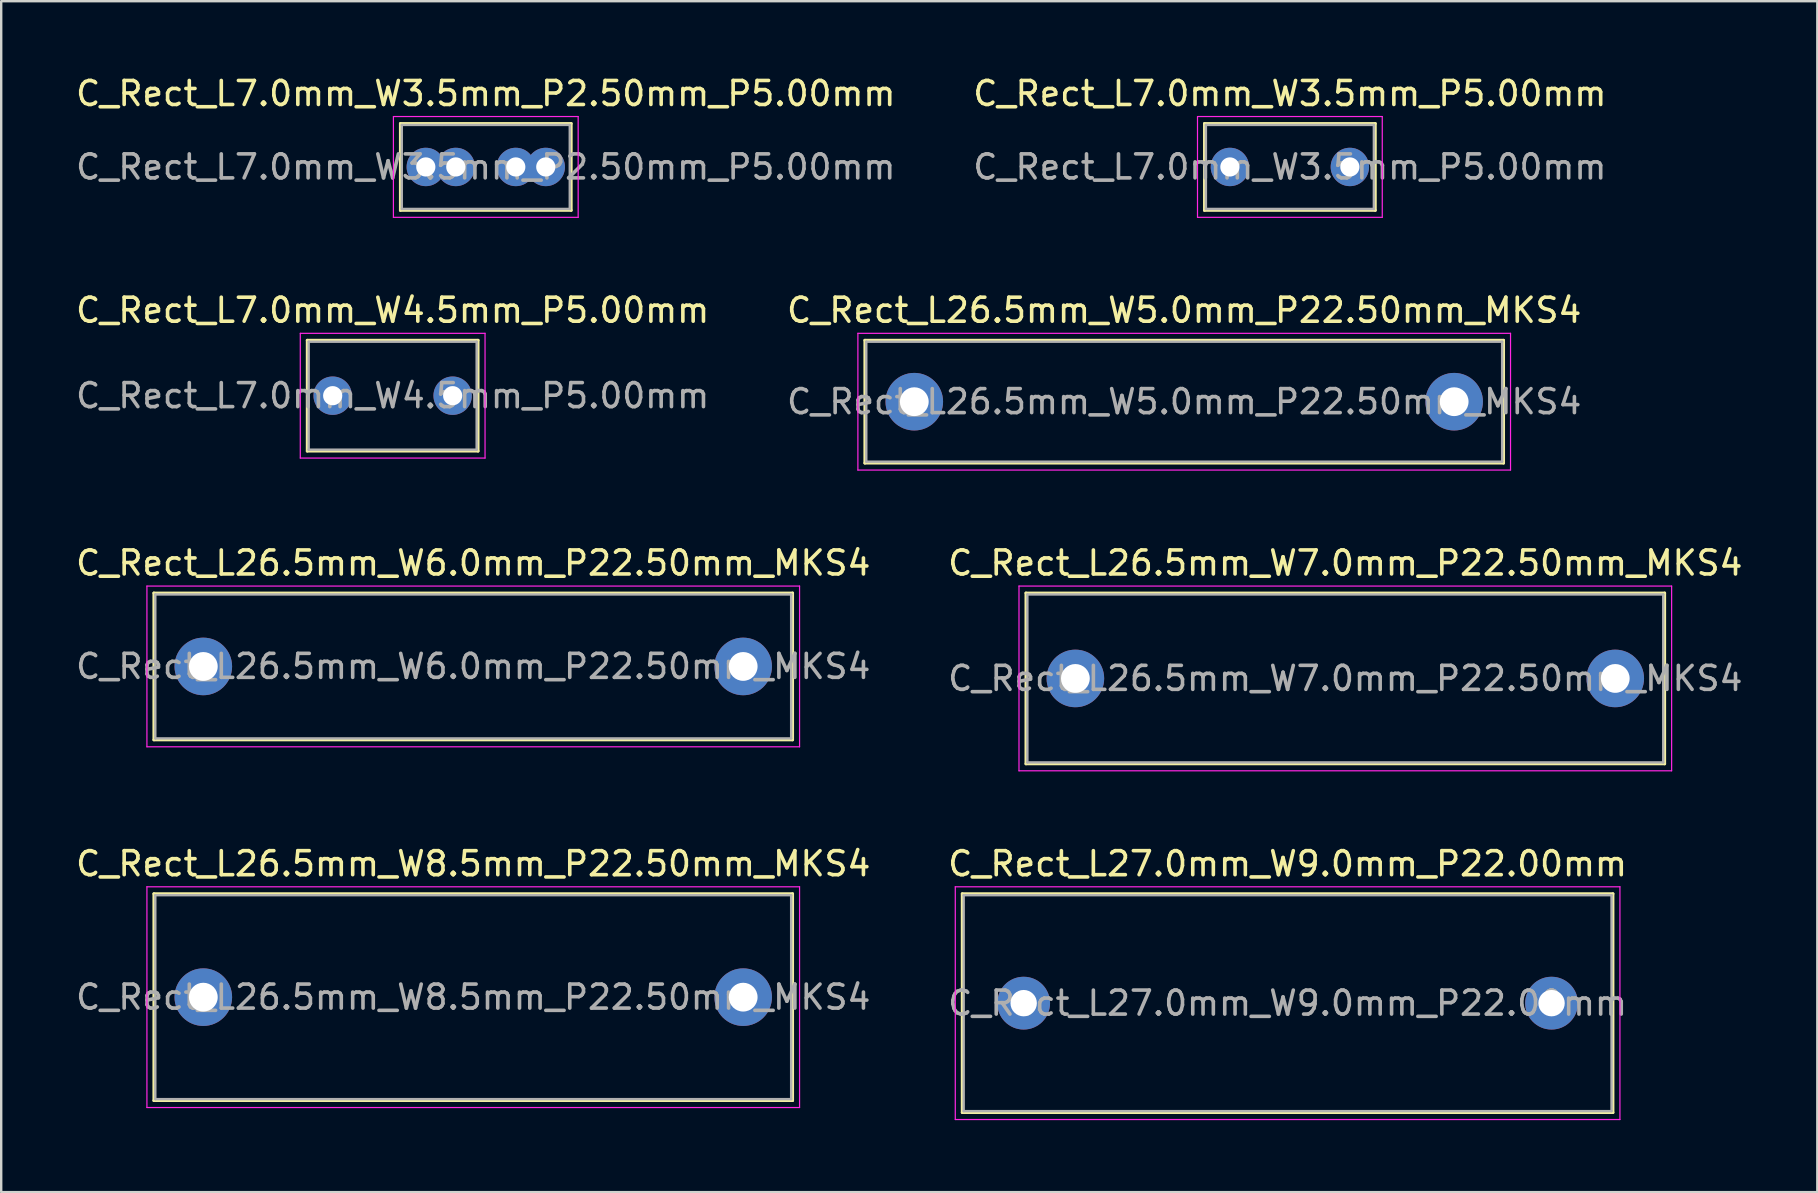
<source format=kicad_pcb>
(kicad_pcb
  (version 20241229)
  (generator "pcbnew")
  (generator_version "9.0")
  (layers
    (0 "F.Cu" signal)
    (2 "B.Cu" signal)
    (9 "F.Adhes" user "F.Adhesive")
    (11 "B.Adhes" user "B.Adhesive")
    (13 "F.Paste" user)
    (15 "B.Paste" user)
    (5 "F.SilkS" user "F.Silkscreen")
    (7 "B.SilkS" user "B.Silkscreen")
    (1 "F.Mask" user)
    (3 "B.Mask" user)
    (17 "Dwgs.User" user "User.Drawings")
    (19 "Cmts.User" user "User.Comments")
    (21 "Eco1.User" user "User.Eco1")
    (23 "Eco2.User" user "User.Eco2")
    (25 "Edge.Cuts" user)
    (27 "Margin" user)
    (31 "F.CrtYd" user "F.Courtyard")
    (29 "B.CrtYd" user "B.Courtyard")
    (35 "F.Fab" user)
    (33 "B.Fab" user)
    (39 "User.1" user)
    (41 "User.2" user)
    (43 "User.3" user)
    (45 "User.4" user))
  (footprint "C_Rect_L26.5mm_W6.0mm_P22.50mm_MKS4"
    (layer "F.Cu")
    (at 5.423 24.725)
    (property "Reference" "C_Rect_L26.5mm_W6.0mm_P22.50mm_MKS4" (at 11.25 -4.31 0) (layer "F.SilkS") (effects (font (size 1 1) (thickness 0.15))))
    (attr through_hole)
    (fp_line (start -2.06 -3.06) (end -2.06 3.06) (stroke (width 0.12) (type solid)) (layer "F.SilkS"))
    (fp_line (start -2.06 -3.06) (end 24.56 -3.06) (stroke (width 0.12) (type solid)) (layer "F.SilkS"))
    (fp_line (start -2.06 3.06) (end 24.56 3.06) (stroke (width 0.12) (type solid)) (layer "F.SilkS"))
    (fp_line (start 24.56 -3.06) (end 24.56 3.06) (stroke (width 0.12) (type solid)) (layer "F.SilkS"))
    (fp_line (start -2.35 -3.35) (end -2.35 3.35) (stroke (width 0.05) (type solid)) (layer "F.CrtYd"))
    (fp_line (start -2.35 3.35) (end 24.85 3.35) (stroke (width 0.05) (type solid)) (layer "F.CrtYd"))
    (fp_line (start 24.85 -3.35) (end -2.35 -3.35) (stroke (width 0.05) (type solid)) (layer "F.CrtYd"))
    (fp_line (start 24.85 3.35) (end 24.85 -3.35) (stroke (width 0.05) (type solid)) (layer "F.CrtYd"))
    (fp_line (start -2 -3) (end -2 3) (stroke (width 0.1) (type solid)) (layer "F.Fab"))
    (fp_line (start -2 3) (end 24.5 3) (stroke (width 0.1) (type solid)) (layer "F.Fab"))
    (fp_line (start 24.5 -3) (end -2 -3) (stroke (width 0.1) (type solid)) (layer "F.Fab"))
    (fp_line (start 24.5 3) (end 24.5 -3) (stroke (width 0.1) (type solid)) (layer "F.Fab"))
    (fp_text user "${REFERENCE}" (at 11.25 0 0) (layer "F.Fab") (effects (font (size 1 1) (thickness 0.15))))
    (pad "1" thru_hole circle (at 0 0) (size 2.4 2.4) (drill 1.2) (layers "*.Cu" "*.Mask"))
    (pad "2" thru_hole circle (at 22.5 0) (size 2.4 2.4) (drill 1.2) (layers "*.Cu" "*.Mask")))
  (footprint "C_Rect_L26.5mm_W7.0mm_P22.50mm_MKS4"
    (layer "F.Cu")
    (at 41.768 25.225)
    (property "Reference" "C_Rect_L26.5mm_W7.0mm_P22.50mm_MKS4" (at 11.25 -4.81 0) (layer "F.SilkS") (effects (font (size 1 1) (thickness 0.15))))
    (attr through_hole)
    (fp_line (start -2.06 -3.56) (end -2.06 3.56) (stroke (width 0.12) (type solid)) (layer "F.SilkS"))
    (fp_line (start -2.06 -3.56) (end 24.56 -3.56) (stroke (width 0.12) (type solid)) (layer "F.SilkS"))
    (fp_line (start -2.06 3.56) (end 24.56 3.56) (stroke (width 0.12) (type solid)) (layer "F.SilkS"))
    (fp_line (start 24.56 -3.56) (end 24.56 3.56) (stroke (width 0.12) (type solid)) (layer "F.SilkS"))
    (fp_line (start -2.35 -3.85) (end -2.35 3.85) (stroke (width 0.05) (type solid)) (layer "F.CrtYd"))
    (fp_line (start -2.35 3.85) (end 24.85 3.85) (stroke (width 0.05) (type solid)) (layer "F.CrtYd"))
    (fp_line (start 24.85 -3.85) (end -2.35 -3.85) (stroke (width 0.05) (type solid)) (layer "F.CrtYd"))
    (fp_line (start 24.85 3.85) (end 24.85 -3.85) (stroke (width 0.05) (type solid)) (layer "F.CrtYd"))
    (fp_line (start -2 -3.5) (end -2 3.5) (stroke (width 0.1) (type solid)) (layer "F.Fab"))
    (fp_line (start -2 3.5) (end 24.5 3.5) (stroke (width 0.1) (type solid)) (layer "F.Fab"))
    (fp_line (start 24.5 -3.5) (end -2 -3.5) (stroke (width 0.1) (type solid)) (layer "F.Fab"))
    (fp_line (start 24.5 3.5) (end 24.5 -3.5) (stroke (width 0.1) (type solid)) (layer "F.Fab"))
    (fp_text user "${REFERENCE}" (at 11.25 0 0) (layer "F.Fab") (effects (font (size 1 1) (thickness 0.15))))
    (pad "1" thru_hole circle (at 0 0) (size 2.4 2.4) (drill 1.2) (layers "*.Cu" "*.Mask"))
    (pad "2" thru_hole circle (at 22.5 0) (size 2.4 2.4) (drill 1.2) (layers "*.Cu" "*.Mask")))
  (footprint "C_Rect_L7.0mm_W3.5mm_P5.00mm"
    (layer "F.Cu")
    (at 48.208 3.908)
    (property "Reference" "C_Rect_L7.0mm_W3.5mm_P5.00mm" (at 2.5 -3.06 0) (layer "F.SilkS") (effects (font (size 1 1) (thickness 0.15))))
    (attr through_hole)
    (fp_line (start -1.06 -1.81) (end -1.06 1.81) (stroke (width 0.12) (type solid)) (layer "F.SilkS"))
    (fp_line (start -1.06 -1.81) (end 6.06 -1.81) (stroke (width 0.12) (type solid)) (layer "F.SilkS"))
    (fp_line (start -1.06 1.81) (end 6.06 1.81) (stroke (width 0.12) (type solid)) (layer "F.SilkS"))
    (fp_line (start 6.06 -1.81) (end 6.06 1.81) (stroke (width 0.12) (type solid)) (layer "F.SilkS"))
    (fp_line (start -1.35 -2.1) (end -1.35 2.1) (stroke (width 0.05) (type solid)) (layer "F.CrtYd"))
    (fp_line (start -1.35 2.1) (end 6.35 2.1) (stroke (width 0.05) (type solid)) (layer "F.CrtYd"))
    (fp_line (start 6.35 -2.1) (end -1.35 -2.1) (stroke (width 0.05) (type solid)) (layer "F.CrtYd"))
    (fp_line (start 6.35 2.1) (end 6.35 -2.1) (stroke (width 0.05) (type solid)) (layer "F.CrtYd"))
    (fp_line (start -1 -1.75) (end -1 1.75) (stroke (width 0.1) (type solid)) (layer "F.Fab"))
    (fp_line (start -1 1.75) (end 6 1.75) (stroke (width 0.1) (type solid)) (layer "F.Fab"))
    (fp_line (start 6 -1.75) (end -1 -1.75) (stroke (width 0.1) (type solid)) (layer "F.Fab"))
    (fp_line (start 6 1.75) (end 6 -1.75) (stroke (width 0.1) (type solid)) (layer "F.Fab"))
    (fp_text user "${REFERENCE}" (at 2.5 0 0) (layer "F.Fab") (effects (font (size 1 1) (thickness 0.15))))
    (pad "1" thru_hole circle (at 0 0) (size 1.6 1.6) (drill 0.8) (layers "*.Cu" "*.Mask"))
    (pad "2" thru_hole circle (at 5 0) (size 1.6 1.6) (drill 0.8) (layers "*.Cu" "*.Mask")))
  (footprint "C_Rect_L7.0mm_W3.5mm_P2.50mm_P5.00mm"
    (layer "F.Cu")
    (at 14.696 3.908)
    (property "Reference" "C_Rect_L7.0mm_W3.5mm_P2.50mm_P5.00mm" (at 2.5 -3.06 0) (layer "F.SilkS") (effects (font (size 1 1) (thickness 0.15))))
    (attr through_hole)
    (fp_line (start -1.06 -1.81) (end -1.06 1.81) (stroke (width 0.12) (type solid)) (layer "F.SilkS"))
    (fp_line (start -1.06 -1.81) (end 6.06 -1.81) (stroke (width 0.12) (type solid)) (layer "F.SilkS"))
    (fp_line (start -1.06 1.81) (end 6.06 1.81) (stroke (width 0.12) (type solid)) (layer "F.SilkS"))
    (fp_line (start 6.06 -1.81) (end 6.06 1.81) (stroke (width 0.12) (type solid)) (layer "F.SilkS"))
    (fp_line (start -1.35 -2.1) (end -1.35 2.1) (stroke (width 0.05) (type solid)) (layer "F.CrtYd"))
    (fp_line (start -1.35 2.1) (end 6.35 2.1) (stroke (width 0.05) (type solid)) (layer "F.CrtYd"))
    (fp_line (start 6.35 -2.1) (end -1.35 -2.1) (stroke (width 0.05) (type solid)) (layer "F.CrtYd"))
    (fp_line (start 6.35 2.1) (end 6.35 -2.1) (stroke (width 0.05) (type solid)) (layer "F.CrtYd"))
    (fp_line (start -1 -1.75) (end -1 1.75) (stroke (width 0.1) (type solid)) (layer "F.Fab"))
    (fp_line (start -1 1.75) (end 6 1.75) (stroke (width 0.1) (type solid)) (layer "F.Fab"))
    (fp_line (start 6 -1.75) (end -1 -1.75) (stroke (width 0.1) (type solid)) (layer "F.Fab"))
    (fp_line (start 6 1.75) (end 6 -1.75) (stroke (width 0.1) (type solid)) (layer "F.Fab"))
    (fp_text user "${REFERENCE}" (at 2.5 0 0) (layer "F.Fab") (effects (font (size 1 1) (thickness 0.15))))
    (pad "1" thru_hole circle (at 0 0) (size 1.6 1.6) (drill 0.8) (layers "*.Cu" "*.Mask"))
    (pad "1" thru_hole circle (at 1.25 0) (size 1.6 1.6) (drill 0.8) (layers "*.Cu" "*.Mask"))
    (pad "2" thru_hole circle (at 3.75 0) (size 1.6 1.6) (drill 0.8) (layers "*.Cu" "*.Mask"))
    (pad "2" thru_hole circle (at 5 0) (size 1.6 1.6) (drill 0.8) (layers "*.Cu" "*.Mask")))
  (footprint "C_Rect_L26.5mm_W5.0mm_P22.50mm_MKS4"
    (layer "F.Cu")
    (at 35.054 13.691)
    (property "Reference" "C_Rect_L26.5mm_W5.0mm_P22.50mm_MKS4" (at 11.25 -3.81 0) (layer "F.SilkS") (effects (font (size 1 1) (thickness 0.15))))
    (attr through_hole)
    (fp_line (start -2.06 -2.56) (end -2.06 2.56) (stroke (width 0.12) (type solid)) (layer "F.SilkS"))
    (fp_line (start -2.06 -2.56) (end 24.56 -2.56) (stroke (width 0.12) (type solid)) (layer "F.SilkS"))
    (fp_line (start -2.06 2.56) (end 24.56 2.56) (stroke (width 0.12) (type solid)) (layer "F.SilkS"))
    (fp_line (start 24.56 -2.56) (end 24.56 2.56) (stroke (width 0.12) (type solid)) (layer "F.SilkS"))
    (fp_line (start -2.35 -2.85) (end -2.35 2.85) (stroke (width 0.05) (type solid)) (layer "F.CrtYd"))
    (fp_line (start -2.35 2.85) (end 24.85 2.85) (stroke (width 0.05) (type solid)) (layer "F.CrtYd"))
    (fp_line (start 24.85 -2.85) (end -2.35 -2.85) (stroke (width 0.05) (type solid)) (layer "F.CrtYd"))
    (fp_line (start 24.85 2.85) (end 24.85 -2.85) (stroke (width 0.05) (type solid)) (layer "F.CrtYd"))
    (fp_line (start -2 -2.5) (end -2 2.5) (stroke (width 0.1) (type solid)) (layer "F.Fab"))
    (fp_line (start -2 2.5) (end 24.5 2.5) (stroke (width 0.1) (type solid)) (layer "F.Fab"))
    (fp_line (start 24.5 -2.5) (end -2 -2.5) (stroke (width 0.1) (type solid)) (layer "F.Fab"))
    (fp_line (start 24.5 2.5) (end 24.5 -2.5) (stroke (width 0.1) (type solid)) (layer "F.Fab"))
    (fp_text user "${REFERENCE}" (at 11.25 0 0) (layer "F.Fab") (effects (font (size 1 1) (thickness 0.15))))
    (pad "1" thru_hole circle (at 0 0) (size 2.4 2.4) (drill 1.2) (layers "*.Cu" "*.Mask"))
    (pad "2" thru_hole circle (at 22.5 0) (size 2.4 2.4) (drill 1.2) (layers "*.Cu" "*.Mask")))
  (footprint "C_Rect_L26.5mm_W8.5mm_P22.50mm_MKS4"
    (layer "F.Cu")
    (at 5.423 38.508)
    (property "Reference" "C_Rect_L26.5mm_W8.5mm_P22.50mm_MKS4" (at 11.25 -5.56 0) (layer "F.SilkS") (effects (font (size 1 1) (thickness 0.15))))
    (attr through_hole)
    (fp_line (start -2.06 -4.31) (end -2.06 4.31) (stroke (width 0.12) (type solid)) (layer "F.SilkS"))
    (fp_line (start -2.06 -4.31) (end 24.56 -4.31) (stroke (width 0.12) (type solid)) (layer "F.SilkS"))
    (fp_line (start -2.06 4.31) (end 24.56 4.31) (stroke (width 0.12) (type solid)) (layer "F.SilkS"))
    (fp_line (start 24.56 -4.31) (end 24.56 4.31) (stroke (width 0.12) (type solid)) (layer "F.SilkS"))
    (fp_line (start -2.35 -4.6) (end -2.35 4.6) (stroke (width 0.05) (type solid)) (layer "F.CrtYd"))
    (fp_line (start -2.35 4.6) (end 24.85 4.6) (stroke (width 0.05) (type solid)) (layer "F.CrtYd"))
    (fp_line (start 24.85 -4.6) (end -2.35 -4.6) (stroke (width 0.05) (type solid)) (layer "F.CrtYd"))
    (fp_line (start 24.85 4.6) (end 24.85 -4.6) (stroke (width 0.05) (type solid)) (layer "F.CrtYd"))
    (fp_line (start -2 -4.25) (end -2 4.25) (stroke (width 0.1) (type solid)) (layer "F.Fab"))
    (fp_line (start -2 4.25) (end 24.5 4.25) (stroke (width 0.1) (type solid)) (layer "F.Fab"))
    (fp_line (start 24.5 -4.25) (end -2 -4.25) (stroke (width 0.1) (type solid)) (layer "F.Fab"))
    (fp_line (start 24.5 4.25) (end 24.5 -4.25) (stroke (width 0.1) (type solid)) (layer "F.Fab"))
    (fp_text user "${REFERENCE}" (at 11.25 0 0) (layer "F.Fab") (effects (font (size 1 1) (thickness 0.15))))
    (pad "1" thru_hole circle (at 0 0) (size 2.4 2.4) (drill 1.2) (layers "*.Cu" "*.Mask"))
    (pad "2" thru_hole circle (at 22.5 0) (size 2.4 2.4) (drill 1.2) (layers "*.Cu" "*.Mask")))
  (footprint "C_Rect_L7.0mm_W4.5mm_P5.00mm"
    (layer "F.Cu")
    (at 10.815 13.441)
    (property "Reference" "C_Rect_L7.0mm_W4.5mm_P5.00mm" (at 2.5 -3.56 0) (layer "F.SilkS") (effects (font (size 1 1) (thickness 0.15))))
    (attr through_hole)
    (fp_line (start -1.06 -2.31) (end -1.06 2.31) (stroke (width 0.12) (type solid)) (layer "F.SilkS"))
    (fp_line (start -1.06 -2.31) (end 6.06 -2.31) (stroke (width 0.12) (type solid)) (layer "F.SilkS"))
    (fp_line (start -1.06 2.31) (end 6.06 2.31) (stroke (width 0.12) (type solid)) (layer "F.SilkS"))
    (fp_line (start 6.06 -2.31) (end 6.06 2.31) (stroke (width 0.12) (type solid)) (layer "F.SilkS"))
    (fp_line (start -1.35 -2.6) (end -1.35 2.6) (stroke (width 0.05) (type solid)) (layer "F.CrtYd"))
    (fp_line (start -1.35 2.6) (end 6.35 2.6) (stroke (width 0.05) (type solid)) (layer "F.CrtYd"))
    (fp_line (start 6.35 -2.6) (end -1.35 -2.6) (stroke (width 0.05) (type solid)) (layer "F.CrtYd"))
    (fp_line (start 6.35 2.6) (end 6.35 -2.6) (stroke (width 0.05) (type solid)) (layer "F.CrtYd"))
    (fp_line (start -1 -2.25) (end -1 2.25) (stroke (width 0.1) (type solid)) (layer "F.Fab"))
    (fp_line (start -1 2.25) (end 6 2.25) (stroke (width 0.1) (type solid)) (layer "F.Fab"))
    (fp_line (start 6 -2.25) (end -1 -2.25) (stroke (width 0.1) (type solid)) (layer "F.Fab"))
    (fp_line (start 6 2.25) (end 6 -2.25) (stroke (width 0.1) (type solid)) (layer "F.Fab"))
    (fp_text user "${REFERENCE}" (at 2.5 0 0) (layer "F.Fab") (effects (font (size 1 1) (thickness 0.15))))
    (pad "1" thru_hole circle (at 0 0) (size 1.6 1.6) (drill 0.8) (layers "*.Cu" "*.Mask"))
    (pad "2" thru_hole circle (at 5 0) (size 1.6 1.6) (drill 0.8) (layers "*.Cu" "*.Mask")))
  (footprint "C_Rect_L27.0mm_W9.0mm_P22.00mm"
    (layer "F.Cu")
    (at 39.613 38.758)
    (property "Reference" "C_Rect_L27.0mm_W9.0mm_P22.00mm" (at 11 -5.81 0) (layer "F.SilkS") (effects (font (size 1 1) (thickness 0.15))))
    (attr through_hole)
    (fp_line (start -2.56 -4.56) (end -2.56 4.56) (stroke (width 0.12) (type solid)) (layer "F.SilkS"))
    (fp_line (start -2.56 -4.56) (end 24.56 -4.56) (stroke (width 0.12) (type solid)) (layer "F.SilkS"))
    (fp_line (start -2.56 4.56) (end 24.56 4.56) (stroke (width 0.12) (type solid)) (layer "F.SilkS"))
    (fp_line (start 24.56 -4.56) (end 24.56 4.56) (stroke (width 0.12) (type solid)) (layer "F.SilkS"))
    (fp_line (start -2.85 -4.85) (end -2.85 4.85) (stroke (width 0.05) (type solid)) (layer "F.CrtYd"))
    (fp_line (start -2.85 4.85) (end 24.85 4.85) (stroke (width 0.05) (type solid)) (layer "F.CrtYd"))
    (fp_line (start 24.85 -4.85) (end -2.85 -4.85) (stroke (width 0.05) (type solid)) (layer "F.CrtYd"))
    (fp_line (start 24.85 4.85) (end 24.85 -4.85) (stroke (width 0.05) (type solid)) (layer "F.CrtYd"))
    (fp_line (start -2.5 -4.5) (end -2.5 4.5) (stroke (width 0.1) (type solid)) (layer "F.Fab"))
    (fp_line (start -2.5 4.5) (end 24.5 4.5) (stroke (width 0.1) (type solid)) (layer "F.Fab"))
    (fp_line (start 24.5 -4.5) (end -2.5 -4.5) (stroke (width 0.1) (type solid)) (layer "F.Fab"))
    (fp_line (start 24.5 4.5) (end 24.5 -4.5) (stroke (width 0.1) (type solid)) (layer "F.Fab"))
    (fp_text user "${REFERENCE}" (at 11 0 0) (layer "F.Fab") (effects (font (size 1 1) (thickness 0.15))))
    (pad "1" thru_hole circle (at 0 0) (size 2.2 2.2) (drill 1.1) (layers "*.Cu" "*.Mask"))
    (pad "2" thru_hole circle (at 22 0) (size 2.2 2.2) (drill 1.1) (layers "*.Cu" "*.Mask")))
  (gr_rect
    (start -3 -3)
    (end 72.69 46.633)
    (stroke (width 0.1) (type default))
    (fill no)
    (layer "Edge.Cuts")))
</source>
